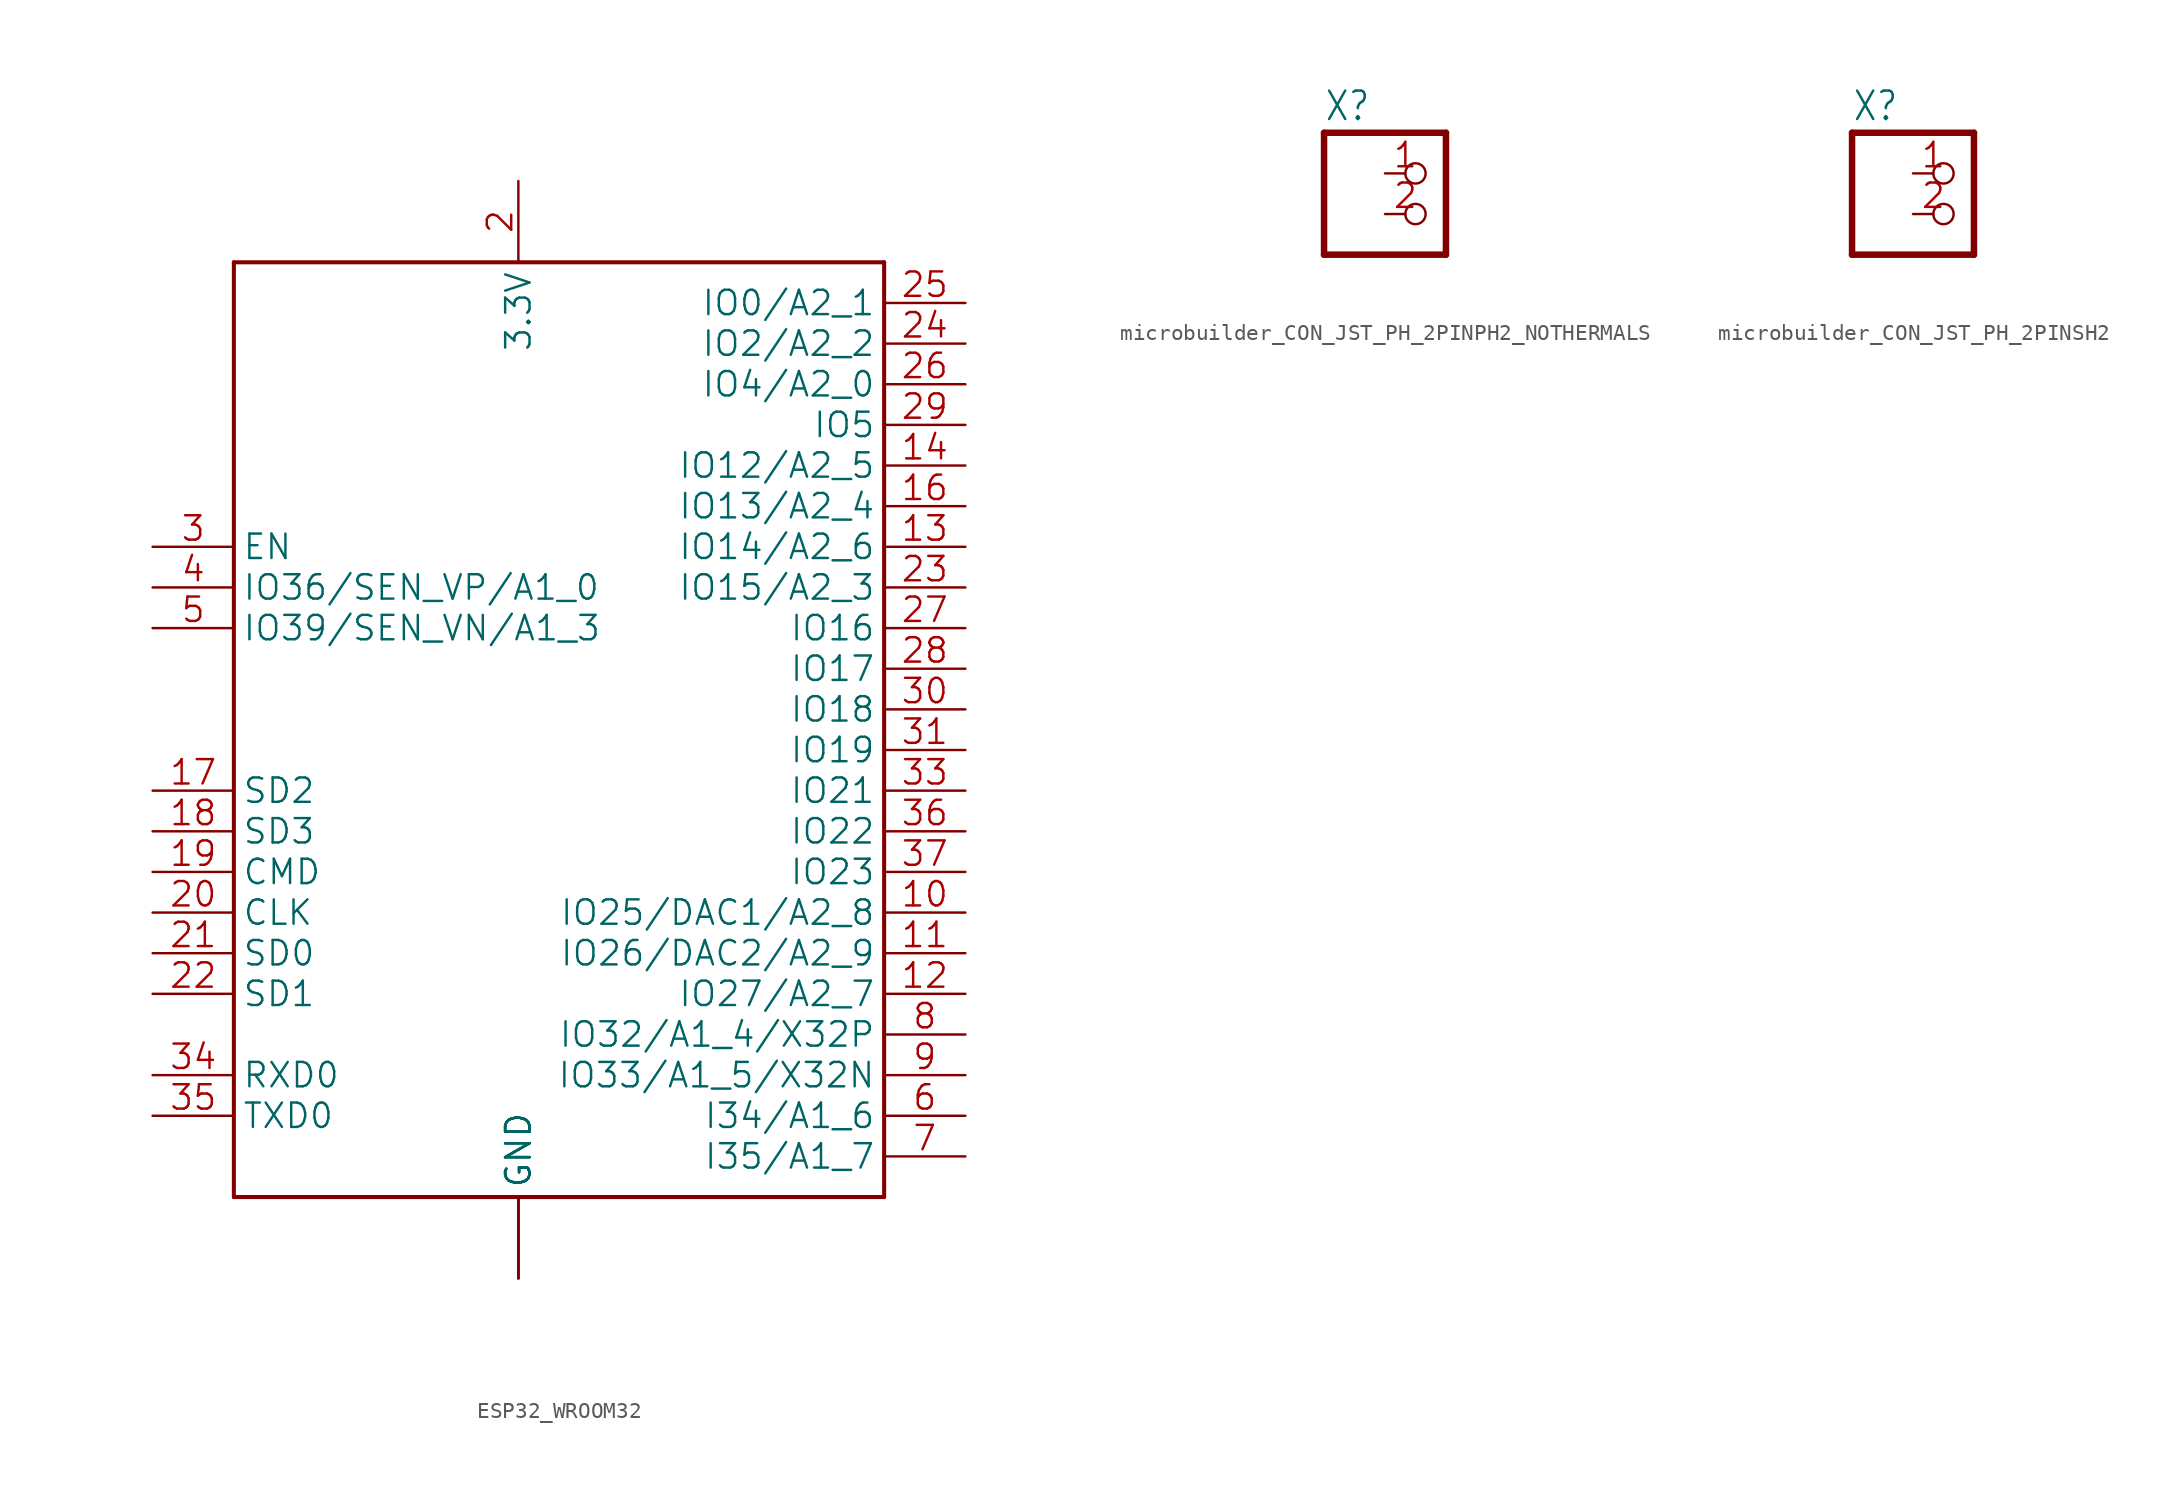
<source format=kicad_sym>
(kicad_symbol_lib
  (version 20241209)
  (generator "kicad_symbol_editor")
  (generator_version "9.0")
  (symbol "ESP32_WROOM32"
    (property "Reference" "X"
      (at 0 0 0)
      (effects (font (size 1.27 1.27)) (hide yes)))
    (property "ki_locked" ""
      (at 0 0 0)
      (effects (font (size 1.27 1.27))))
    (symbol "ESP32_WROOM32_1_0"
      (polyline (pts (xy -17.78 35.56) (xy 22.86 35.56)) (stroke (width 0.254) (type solid)) (fill (type none)))
      (polyline (pts (xy -17.78 -22.86) (xy -17.78 35.56)) (stroke (width 0.254) (type solid)) (fill (type none)))
      (polyline (pts (xy 22.86 35.56) (xy 22.86 -22.86)) (stroke (width 0.254) (type solid)) (fill (type none)))
      (polyline (pts (xy 22.86 -22.86) (xy -17.78 -22.86)) (stroke (width 0.254) (type solid)) (fill (type none)))
      (pin input line (at -22.86 17.78 0) (length 5.08) (name "EN" (effects (font (size 1.524 1.524)))) (number "3" (effects (font (size 1.524 1.524)))))
      (pin passive line (at -22.86 15.24 0) (length 5.08) (name "IO36/SEN_VP/A1_0" (effects (font (size 1.524 1.524)))) (number "4" (effects (font (size 1.524 1.524)))))
      (pin passive line (at -22.86 12.7 0) (length 5.08) (name "IO39/SEN_VN/A1_3" (effects (font (size 1.524 1.524)))) (number "5" (effects (font (size 1.524 1.524)))))
      (pin bidirectional line (at -22.86 2.54 0) (length 5.08) (name "SD2" (effects (font (size 1.524 1.524)))) (number "17" (effects (font (size 1.524 1.524)))))
      (pin bidirectional line (at -22.86 0 0) (length 5.08) (name "SD3" (effects (font (size 1.524 1.524)))) (number "18" (effects (font (size 1.524 1.524)))))
      (pin bidirectional line (at -22.86 -2.54 0) (length 5.08) (name "CMD" (effects (font (size 1.524 1.524)))) (number "19" (effects (font (size 1.524 1.524)))))
      (pin bidirectional line (at -22.86 -5.08 0) (length 5.08) (name "CLK" (effects (font (size 1.524 1.524)))) (number "20" (effects (font (size 1.524 1.524)))))
      (pin bidirectional line (at -22.86 -7.62 0) (length 5.08) (name "SD0" (effects (font (size 1.524 1.524)))) (number "21" (effects (font (size 1.524 1.524)))))
      (pin bidirectional line (at -22.86 -10.16 0) (length 5.08) (name "SD1" (effects (font (size 1.524 1.524)))) (number "22" (effects (font (size 1.524 1.524)))))
      (pin input line (at -22.86 -15.24 0) (length 5.08) (name "RXD0" (effects (font (size 1.524 1.524)))) (number "34" (effects (font (size 1.524 1.524)))))
      (pin output line (at -22.86 -17.78 0) (length 5.08) (name "TXD0" (effects (font (size 1.524 1.524)))) (number "35" (effects (font (size 1.524 1.524)))))
      (pin passive line (at 0 40.64 270) (length 5.08) (name "3.3V" (effects (font (size 1.524 1.524)))) (number "2" (effects (font (size 1.524 1.524)))))
      (pin passive line (at 0 -27.94 90) (length 5.08) (name "GND" (effects (font (size 1.524 1.524)))) (number "1" (effects (font (size 0 0)))))
      (pin passive line (at 0 -27.94 90) (length 5.08) (name "GND" (effects (font (size 1.524 1.524)))) (number "15" (effects (font (size 0 0)))))
      (pin passive line (at 0 -27.94 90) (length 5.08) (name "GND" (effects (font (size 1.524 1.524)))) (number "38" (effects (font (size 0 0)))))
      (pin passive line (at 0 -27.94 90) (length 5.08) (name "GND" (effects (font (size 1.524 1.524)))) (number "P$1" (effects (font (size 0 0)))))
      (pin bidirectional line (at 27.94 33.02 180) (length 5.08) (name "IO0/A2_1" (effects (font (size 1.524 1.524)))) (number "25" (effects (font (size 1.524 1.524)))))
      (pin bidirectional line (at 27.94 30.48 180) (length 5.08) (name "IO2/A2_2" (effects (font (size 1.524 1.524)))) (number "24" (effects (font (size 1.524 1.524)))))
      (pin bidirectional line (at 27.94 27.94 180) (length 5.08) (name "IO4/A2_0" (effects (font (size 1.524 1.524)))) (number "26" (effects (font (size 1.524 1.524)))))
      (pin bidirectional line (at 27.94 25.4 180) (length 5.08) (name "IO5" (effects (font (size 1.524 1.524)))) (number "29" (effects (font (size 1.524 1.524)))))
      (pin bidirectional line (at 27.94 22.86 180) (length 5.08) (name "IO12/A2_5" (effects (font (size 1.524 1.524)))) (number "14" (effects (font (size 1.524 1.524)))))
      (pin bidirectional line (at 27.94 20.32 180) (length 5.08) (name "IO13/A2_4" (effects (font (size 1.524 1.524)))) (number "16" (effects (font (size 1.524 1.524)))))
      (pin bidirectional line (at 27.94 17.78 180) (length 5.08) (name "IO14/A2_6" (effects (font (size 1.524 1.524)))) (number "13" (effects (font (size 1.524 1.524)))))
      (pin bidirectional line (at 27.94 15.24 180) (length 5.08) (name "IO15/A2_3" (effects (font (size 1.524 1.524)))) (number "23" (effects (font (size 1.524 1.524)))))
      (pin bidirectional line (at 27.94 12.7 180) (length 5.08) (name "IO16" (effects (font (size 1.524 1.524)))) (number "27" (effects (font (size 1.524 1.524)))))
      (pin bidirectional line (at 27.94 10.16 180) (length 5.08) (name "IO17" (effects (font (size 1.524 1.524)))) (number "28" (effects (font (size 1.524 1.524)))))
      (pin bidirectional line (at 27.94 7.62 180) (length 5.08) (name "IO18" (effects (font (size 1.524 1.524)))) (number "30" (effects (font (size 1.524 1.524)))))
      (pin bidirectional line (at 27.94 5.08 180) (length 5.08) (name "IO19" (effects (font (size 1.524 1.524)))) (number "31" (effects (font (size 1.524 1.524)))))
      (pin bidirectional line (at 27.94 2.54 180) (length 5.08) (name "IO21" (effects (font (size 1.524 1.524)))) (number "33" (effects (font (size 1.524 1.524)))))
      (pin bidirectional line (at 27.94 0 180) (length 5.08) (name "IO22" (effects (font (size 1.524 1.524)))) (number "36" (effects (font (size 1.524 1.524)))))
      (pin bidirectional line (at 27.94 -2.54 180) (length 5.08) (name "IO23" (effects (font (size 1.524 1.524)))) (number "37" (effects (font (size 1.524 1.524)))))
      (pin bidirectional line (at 27.94 -5.08 180) (length 5.08) (name "IO25/DAC1/A2_8" (effects (font (size 1.524 1.524)))) (number "10" (effects (font (size 1.524 1.524)))))
      (pin bidirectional line (at 27.94 -7.62 180) (length 5.08) (name "IO26/DAC2/A2_9" (effects (font (size 1.524 1.524)))) (number "11" (effects (font (size 1.524 1.524)))))
      (pin bidirectional line (at 27.94 -10.16 180) (length 5.08) (name "IO27/A2_7" (effects (font (size 1.524 1.524)))) (number "12" (effects (font (size 1.524 1.524)))))
      (pin bidirectional line (at 27.94 -12.7 180) (length 5.08) (name "IO32/A1_4/X32P" (effects (font (size 1.524 1.524)))) (number "8" (effects (font (size 1.524 1.524)))))
      (pin bidirectional line (at 27.94 -15.24 180) (length 5.08) (name "IO33/A1_5/X32N" (effects (font (size 1.524 1.524)))) (number "9" (effects (font (size 1.524 1.524)))))
      (pin bidirectional line (at 27.94 -17.78 180) (length 5.08) (name "I34/A1_6" (effects (font (size 1.524 1.524)))) (number "6" (effects (font (size 1.524 1.524)))))
      (pin bidirectional line (at 27.94 -20.32 180) (length 5.08) (name "I35/A1_7" (effects (font (size 1.524 1.524)))) (number "7" (effects (font (size 1.524 1.524)))))))
  (symbol "microbuilder_CON_JST_PH_2PINPH2_NOTHERMALS"
    (property "Reference" "X"
      (at -6.35 5.715 0)
      (effects (font (size 1.778 1.511)) (justify left bottom)))
    (property "Value" ""
      (at -6.35 -5.08 0)
      (effects (font (size 1.778 1.511)) (justify left bottom)))
    (property "ki_locked" ""
      (at 0 0 0)
      (effects (font (size 1.27 1.27))))
    (symbol "microbuilder_CON_JST_PH_2PINPH2_NOTHERMALS_1_0"
      (polyline (pts (xy -6.35 5.08) (xy -6.35 -2.54)) (stroke (width 0.406) (type solid)) (fill (type none)))
      (polyline (pts (xy -6.35 -2.54) (xy 1.27 -2.54)) (stroke (width 0.406) (type solid)) (fill (type none)))
      (polyline (pts (xy 1.27 5.08) (xy -6.35 5.08)) (stroke (width 0.406) (type solid)) (fill (type none)))
      (polyline (pts (xy 1.27 -2.54) (xy 1.27 5.08)) (stroke (width 0.406) (type solid)) (fill (type none)))
      (pin passive inverted (at -2.54 2.54 0) (length 2.54) (name "1" (effects (font (size 0 0)))) (number "1" (effects (font (size 1.524 1.524)))))
      (pin passive inverted (at -2.54 0 0) (length 2.54) (name "2" (effects (font (size 0 0)))) (number "2" (effects (font (size 1.524 1.524)))))))
  (symbol "microbuilder_CON_JST_PH_2PINSH2"
    (property "Reference" "X"
      (at -6.35 5.715 0)
      (effects (font (size 1.778 1.511)) (justify left bottom)))
    (property "Value" ""
      (at -6.35 -5.08 0)
      (effects (font (size 1.778 1.511)) (justify left bottom)))
    (property "ki_locked" ""
      (at 0 0 0)
      (effects (font (size 1.27 1.27))))
    (symbol "microbuilder_CON_JST_PH_2PINSH2_1_0"
      (polyline (pts (xy -6.35 5.08) (xy -6.35 -2.54)) (stroke (width 0.406) (type solid)) (fill (type none)))
      (polyline (pts (xy -6.35 -2.54) (xy 1.27 -2.54)) (stroke (width 0.406) (type solid)) (fill (type none)))
      (polyline (pts (xy 1.27 5.08) (xy -6.35 5.08)) (stroke (width 0.406) (type solid)) (fill (type none)))
      (polyline (pts (xy 1.27 -2.54) (xy 1.27 5.08)) (stroke (width 0.406) (type solid)) (fill (type none)))
      (pin passive inverted (at -2.54 2.54 0) (length 2.54) (name "1" (effects (font (size 0 0)))) (number "1" (effects (font (size 1.524 1.524)))))
      (pin passive inverted (at -2.54 0 0) (length 2.54) (name "2" (effects (font (size 0 0)))) (number "2" (effects (font (size 1.524 1.524))))))))
</source>
